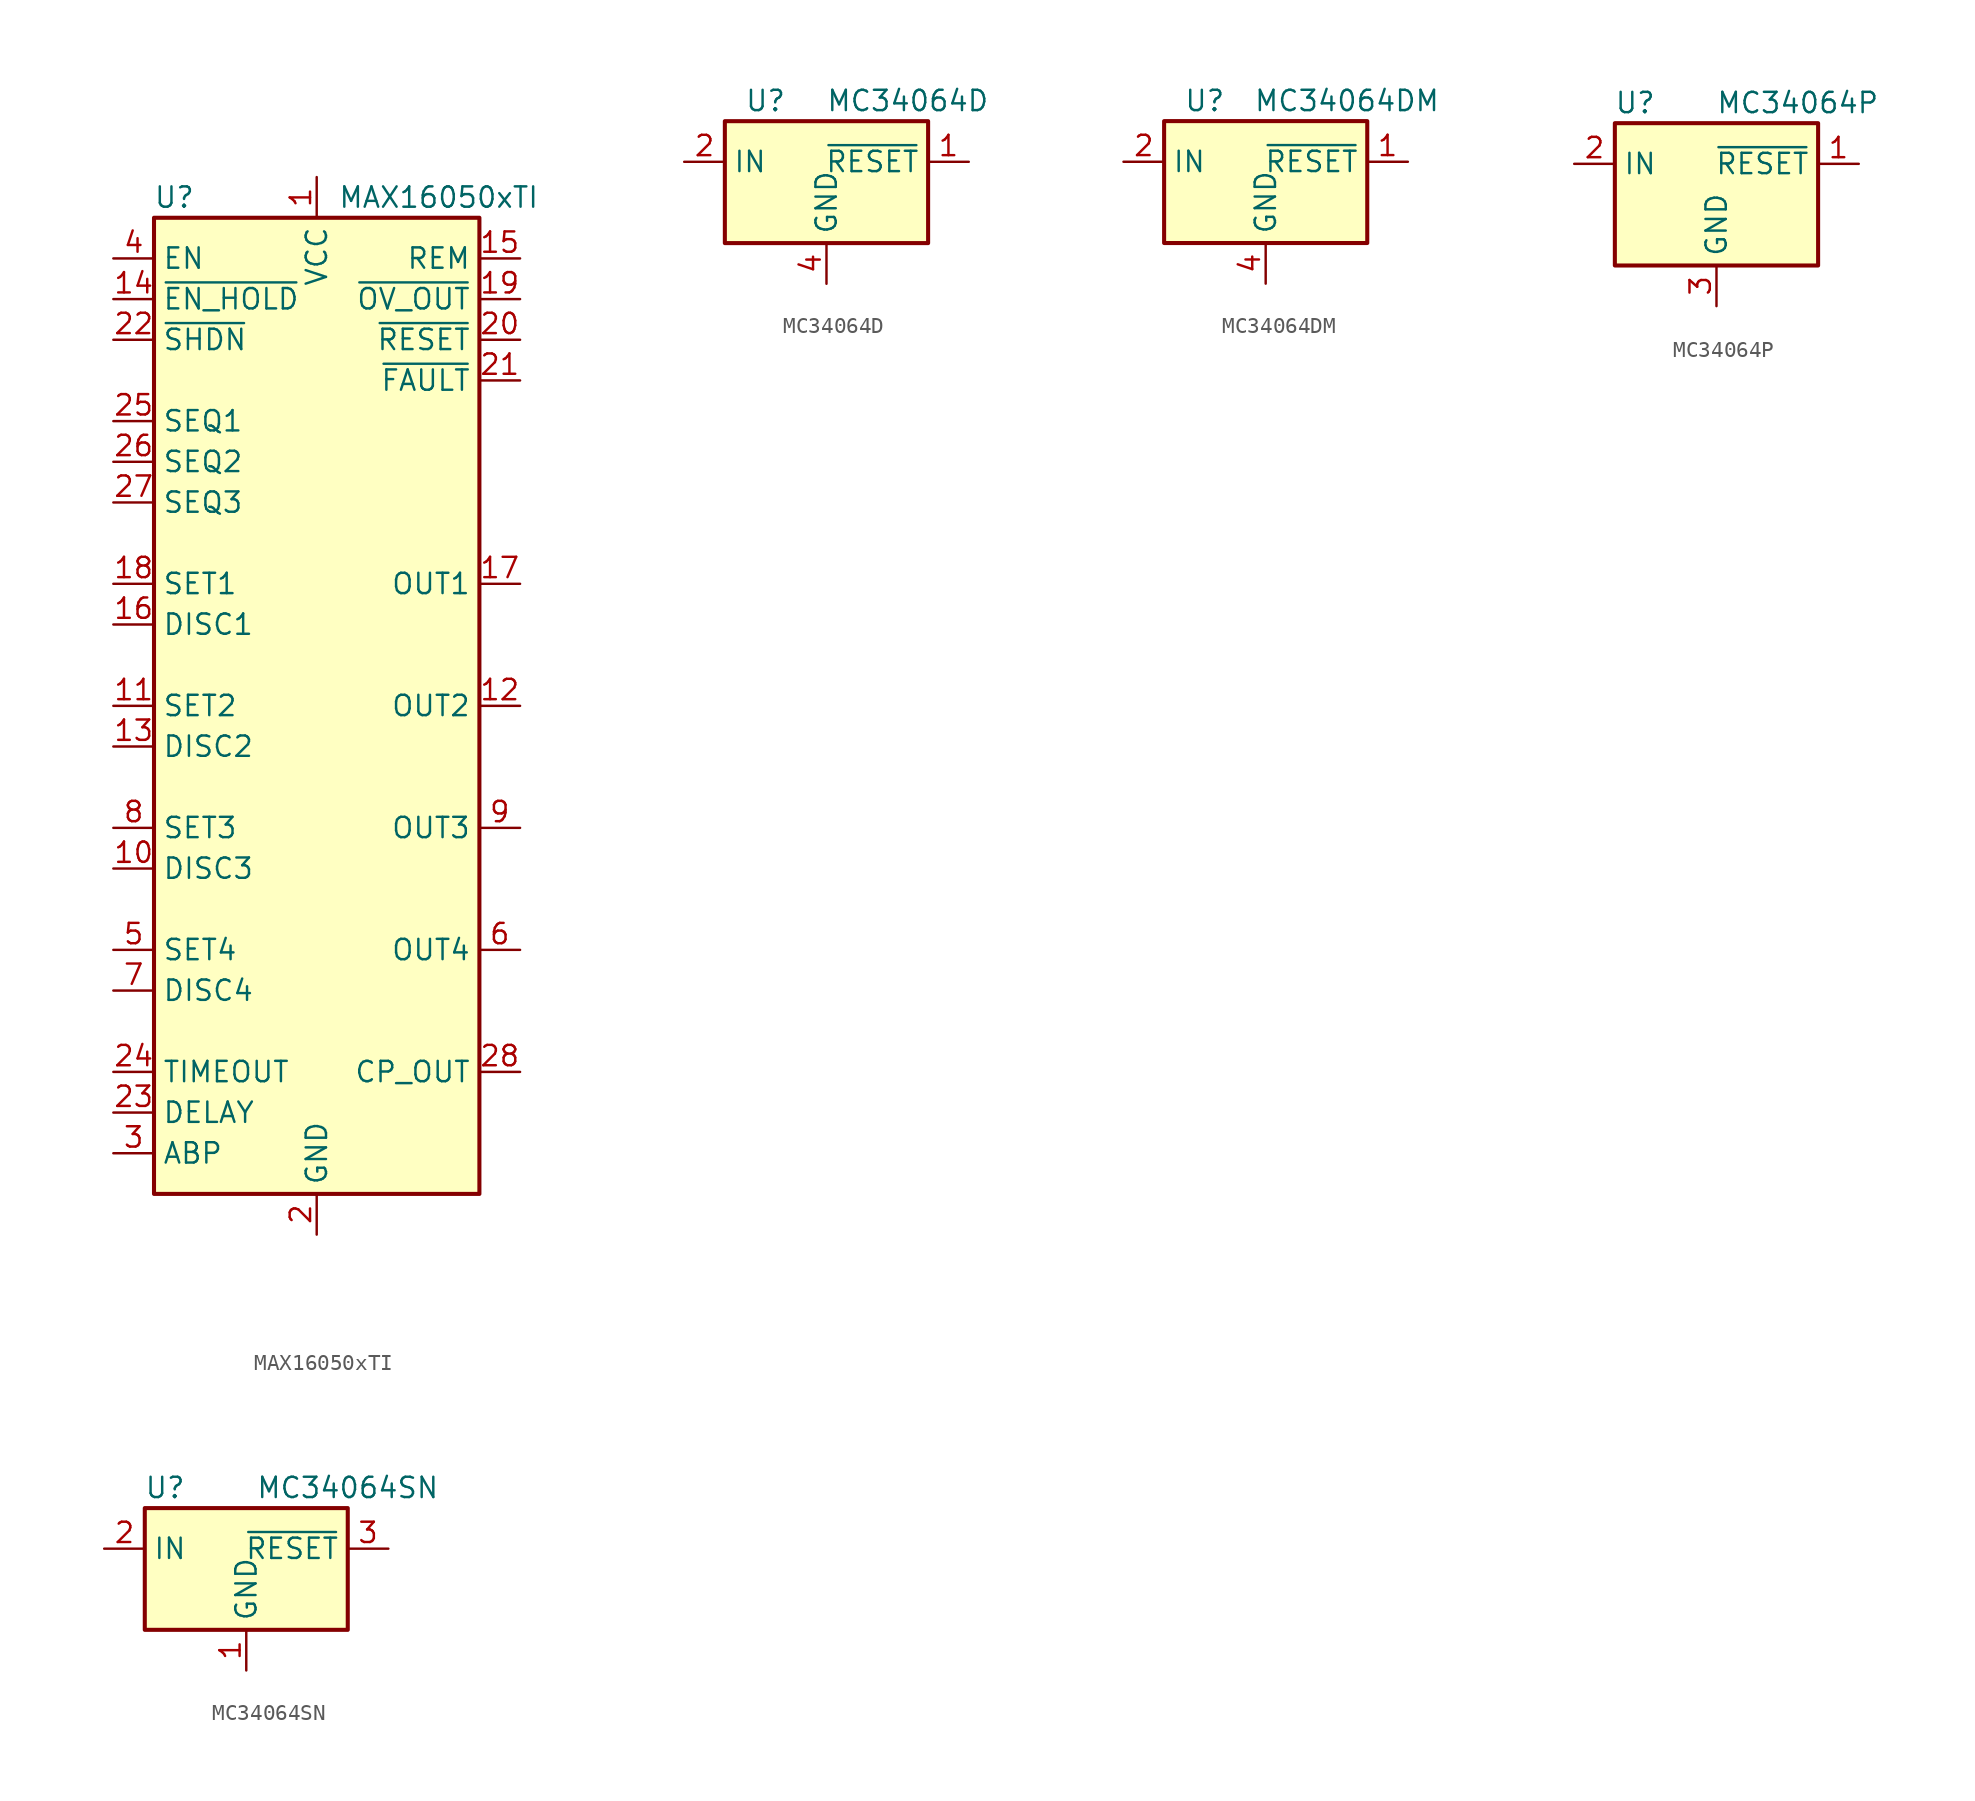
<source format=kicad_sym>
(kicad_symbol_lib
  (version 20201005)
  (generator kicad_symbol_editor)
  (symbol "Power_Supervisor:MAX16050xTI"
    (property "Reference" "U"
      (at -8.89 31.75 0)
      (effects (font (size 1.27 1.27))))
    (property "Value" "MAX16050xTI"
      (at 7.62 31.75 0)
      (effects (font (size 1.27 1.27))))
    (symbol "MAX16050xTI_0_1"
      (rectangle (start -10.16 30.48) (end 10.16 -30.48) (stroke (width 0.254)) (fill (type background))))
    (symbol "MAX16050xTI_1_1"
      (pin power_in line (at 0 33.02 270) (length 2.54) (name "VCC" (effects (font (size 1.27 1.27)))) (number "1" (effects (font (size 1.27 1.27)))))
      (pin input line (at -12.7 -10.16 0) (length 2.54) (name "DISC3" (effects (font (size 1.27 1.27)))) (number "10" (effects (font (size 1.27 1.27)))))
      (pin input line (at -12.7 0 0) (length 2.54) (name "SET2" (effects (font (size 1.27 1.27)))) (number "11" (effects (font (size 1.27 1.27)))))
      (pin open_collector line (at 12.7 0 180) (length 2.54) (name "OUT2" (effects (font (size 1.27 1.27)))) (number "12" (effects (font (size 1.27 1.27)))))
      (pin input line (at -12.7 -2.54 0) (length 2.54) (name "DISC2" (effects (font (size 1.27 1.27)))) (number "13" (effects (font (size 1.27 1.27)))))
      (pin input line (at -12.7 25.4 0) (length 2.54) (name "~EN_HOLD" (effects (font (size 1.27 1.27)))) (number "14" (effects (font (size 1.27 1.27)))))
      (pin open_collector line (at 12.7 27.94 180) (length 2.54) (name "REM" (effects (font (size 1.27 1.27)))) (number "15" (effects (font (size 1.27 1.27)))))
      (pin input line (at -12.7 5.08 0) (length 2.54) (name "DISC1" (effects (font (size 1.27 1.27)))) (number "16" (effects (font (size 1.27 1.27)))))
      (pin open_collector line (at 12.7 7.62 180) (length 2.54) (name "OUT1" (effects (font (size 1.27 1.27)))) (number "17" (effects (font (size 1.27 1.27)))))
      (pin input line (at -12.7 7.62 0) (length 2.54) (name "SET1" (effects (font (size 1.27 1.27)))) (number "18" (effects (font (size 1.27 1.27)))))
      (pin open_collector line (at 12.7 25.4 180) (length 2.54) (name "~OV_OUT" (effects (font (size 1.27 1.27)))) (number "19" (effects (font (size 1.27 1.27)))))
      (pin power_in line (at 0 -33.02 90) (length 2.54) (name "GND" (effects (font (size 1.27 1.27)))) (number "2" (effects (font (size 1.27 1.27)))))
      (pin open_collector line (at 12.7 22.86 180) (length 2.54) (name "~RESET" (effects (font (size 1.27 1.27)))) (number "20" (effects (font (size 1.27 1.27)))))
      (pin bidirectional line (at 12.7 20.32 180) (length 2.54) (name "~FAULT" (effects (font (size 1.27 1.27)))) (number "21" (effects (font (size 1.27 1.27)))))
      (pin input line (at -12.7 22.86 0) (length 2.54) (name "~SHDN" (effects (font (size 1.27 1.27)))) (number "22" (effects (font (size 1.27 1.27)))))
      (pin passive line (at -12.7 -25.4 0) (length 2.54) (name "DELAY" (effects (font (size 1.27 1.27)))) (number "23" (effects (font (size 1.27 1.27)))))
      (pin passive line (at -12.7 -22.86 0) (length 2.54) (name "TIMEOUT" (effects (font (size 1.27 1.27)))) (number "24" (effects (font (size 1.27 1.27)))))
      (pin input line (at -12.7 17.78 0) (length 2.54) (name "SEQ1" (effects (font (size 1.27 1.27)))) (number "25" (effects (font (size 1.27 1.27)))))
      (pin input line (at -12.7 15.24 0) (length 2.54) (name "SEQ2" (effects (font (size 1.27 1.27)))) (number "26" (effects (font (size 1.27 1.27)))))
      (pin input line (at -12.7 12.7 0) (length 2.54) (name "SEQ3" (effects (font (size 1.27 1.27)))) (number "27" (effects (font (size 1.27 1.27)))))
      (pin power_out line (at 12.7 -22.86 180) (length 2.54) (name "CP_OUT" (effects (font (size 1.27 1.27)))) (number "28" (effects (font (size 1.27 1.27)))))
      (pin passive line (at 0 -33.02 90) (length 2.54) hide (name "GND" (effects (font (size 1.27 1.27)))) (number "29" (effects (font (size 1.27 1.27)))))
      (pin passive line (at -12.7 -27.94 0) (length 2.54) (name "ABP" (effects (font (size 1.27 1.27)))) (number "3" (effects (font (size 1.27 1.27)))))
      (pin input line (at -12.7 27.94 0) (length 2.54) (name "EN" (effects (font (size 1.27 1.27)))) (number "4" (effects (font (size 1.27 1.27)))))
      (pin input line (at -12.7 -15.24 0) (length 2.54) (name "SET4" (effects (font (size 1.27 1.27)))) (number "5" (effects (font (size 1.27 1.27)))))
      (pin open_collector line (at 12.7 -15.24 180) (length 2.54) (name "OUT4" (effects (font (size 1.27 1.27)))) (number "6" (effects (font (size 1.27 1.27)))))
      (pin input line (at -12.7 -17.78 0) (length 2.54) (name "DISC4" (effects (font (size 1.27 1.27)))) (number "7" (effects (font (size 1.27 1.27)))))
      (pin input line (at -12.7 -7.62 0) (length 2.54) (name "SET3" (effects (font (size 1.27 1.27)))) (number "8" (effects (font (size 1.27 1.27)))))
      (pin open_collector line (at 12.7 -7.62 180) (length 2.54) (name "OUT3" (effects (font (size 1.27 1.27)))) (number "9" (effects (font (size 1.27 1.27)))))))
  (symbol "Power_Supervisor:MC34064D"
    (property "Reference" "U"
      (at -3.81 5.08 0)
      (effects (font (size 1.27 1.27))))
    (property "Value" "MC34064D"
      (at 5.08 5.08 0)
      (effects (font (size 1.27 1.27))))
    (symbol "MC34064D_0_1"
      (rectangle (start -6.35 -3.81) (end 6.35 3.81) (stroke (width 0.254)) (fill (type background))))
    (symbol "MC34064D_1_1"
      (pin open_collector line (at 8.89 1.27 180) (length 2.54) (name "~RESET" (effects (font (size 1.27 1.27)))) (number "1" (effects (font (size 1.27 1.27)))))
      (pin input line (at -8.89 1.27 0) (length 2.54) (name "IN" (effects (font (size 1.27 1.27)))) (number "2" (effects (font (size 1.27 1.27)))))
      (pin no_connect line (at 6.35 -2.54 180) (length 2.54) hide (name "NC" (effects (font (size 1.27 1.27)))) (number "3" (effects (font (size 1.27 1.27)))))
      (pin power_in line (at 0 -6.35 90) (length 2.54) (name "GND" (effects (font (size 1.27 1.27)))) (number "4" (effects (font (size 1.27 1.27)))))
      (pin no_connect line (at 0 3.81 270) (length 2.54) hide (name "NC" (effects (font (size 1.27 1.27)))) (number "5" (effects (font (size 1.27 1.27)))))
      (pin no_connect line (at 2.54 3.81 270) (length 2.54) hide (name "NC" (effects (font (size 1.27 1.27)))) (number "6" (effects (font (size 1.27 1.27)))))
      (pin no_connect line (at -6.35 -2.54 0) (length 2.54) hide (name "NC" (effects (font (size 1.27 1.27)))) (number "7" (effects (font (size 1.27 1.27)))))
      (pin no_connect line (at -2.54 3.81 270) (length 2.54) hide (name "NC" (effects (font (size 1.27 1.27)))) (number "8" (effects (font (size 1.27 1.27)))))))
  (symbol "Power_Supervisor:MC34064DM"
    (property "Reference" "U"
      (at -3.81 5.08 0)
      (effects (font (size 1.27 1.27))))
    (property "Value" "MC34064DM"
      (at 5.08 5.08 0)
      (effects (font (size 1.27 1.27))))
    (symbol "MC34064DM_0_1"
      (rectangle (start -6.35 -3.81) (end 6.35 3.81) (stroke (width 0.254)) (fill (type background))))
    (symbol "MC34064DM_1_1"
      (pin open_collector line (at 8.89 1.27 180) (length 2.54) (name "~RESET" (effects (font (size 1.27 1.27)))) (number "1" (effects (font (size 1.27 1.27)))))
      (pin input line (at -8.89 1.27 0) (length 2.54) (name "IN" (effects (font (size 1.27 1.27)))) (number "2" (effects (font (size 1.27 1.27)))))
      (pin no_connect line (at 6.35 -2.54 180) (length 2.54) hide (name "NC" (effects (font (size 1.27 1.27)))) (number "3" (effects (font (size 1.27 1.27)))))
      (pin power_in line (at 0 -6.35 90) (length 2.54) (name "GND" (effects (font (size 1.27 1.27)))) (number "4" (effects (font (size 1.27 1.27)))))
      (pin no_connect line (at 0 3.81 270) (length 2.54) hide (name "NC" (effects (font (size 1.27 1.27)))) (number "5" (effects (font (size 1.27 1.27)))))
      (pin no_connect line (at 2.54 3.81 270) (length 2.54) hide (name "NC" (effects (font (size 1.27 1.27)))) (number "6" (effects (font (size 1.27 1.27)))))
      (pin no_connect line (at -6.35 -2.54 0) (length 2.54) hide (name "NC" (effects (font (size 1.27 1.27)))) (number "7" (effects (font (size 1.27 1.27)))))
      (pin no_connect line (at -2.54 3.81 270) (length 2.54) hide (name "NC" (effects (font (size 1.27 1.27)))) (number "8" (effects (font (size 1.27 1.27)))))))
  (symbol "Power_Supervisor:MC34064P"
    (property "Reference" "U"
      (at -5.08 5.08 0)
      (effects (font (size 1.27 1.27))))
    (property "Value" "MC34064P"
      (at 5.08 5.08 0)
      (effects (font (size 1.27 1.27))))
    (symbol "MC34064P_0_1"
      (rectangle (start -6.35 -5.08) (end 6.35 3.81) (stroke (width 0.254)) (fill (type background))))
    (symbol "MC34064P_1_1"
      (pin open_collector line (at 8.89 1.27 180) (length 2.54) (name "~RESET" (effects (font (size 1.27 1.27)))) (number "1" (effects (font (size 1.27 1.27)))))
      (pin input line (at -8.89 1.27 0) (length 2.54) (name "IN" (effects (font (size 1.27 1.27)))) (number "2" (effects (font (size 1.27 1.27)))))
      (pin input line (at 0 -7.62 90) (length 2.54) (name "GND" (effects (font (size 1.27 1.27)))) (number "3" (effects (font (size 1.27 1.27)))))))
  (symbol "Power_Supervisor:MC34064SN"
    (property "Reference" "U"
      (at -5.08 5.08 0)
      (effects (font (size 1.27 1.27))))
    (property "Value" "MC34064SN"
      (at 6.35 5.08 0)
      (effects (font (size 1.27 1.27))))
    (symbol "MC34064SN_0_1"
      (rectangle (start -6.35 -3.81) (end 6.35 3.81) (stroke (width 0.254)) (fill (type background))))
    (symbol "MC34064SN_1_1"
      (pin power_in line (at 0 -6.35 90) (length 2.54) (name "GND" (effects (font (size 1.27 1.27)))) (number "1" (effects (font (size 1.27 1.27)))))
      (pin input line (at -8.89 1.27 0) (length 2.54) (name "IN" (effects (font (size 1.27 1.27)))) (number "2" (effects (font (size 1.27 1.27)))))
      (pin open_collector line (at 8.89 1.27 180) (length 2.54) (name "~RESET" (effects (font (size 1.27 1.27)))) (number "3" (effects (font (size 1.27 1.27)))))
      (pin no_connect line (at -2.54 3.81 270) (length 2.54) hide (name "NC" (effects (font (size 1.27 1.27)))) (number "4" (effects (font (size 1.27 1.27)))))
      (pin no_connect line (at 2.54 3.81 270) (length 2.54) hide (name "NC" (effects (font (size 1.27 1.27)))) (number "5" (effects (font (size 1.27 1.27))))))))
</source>
